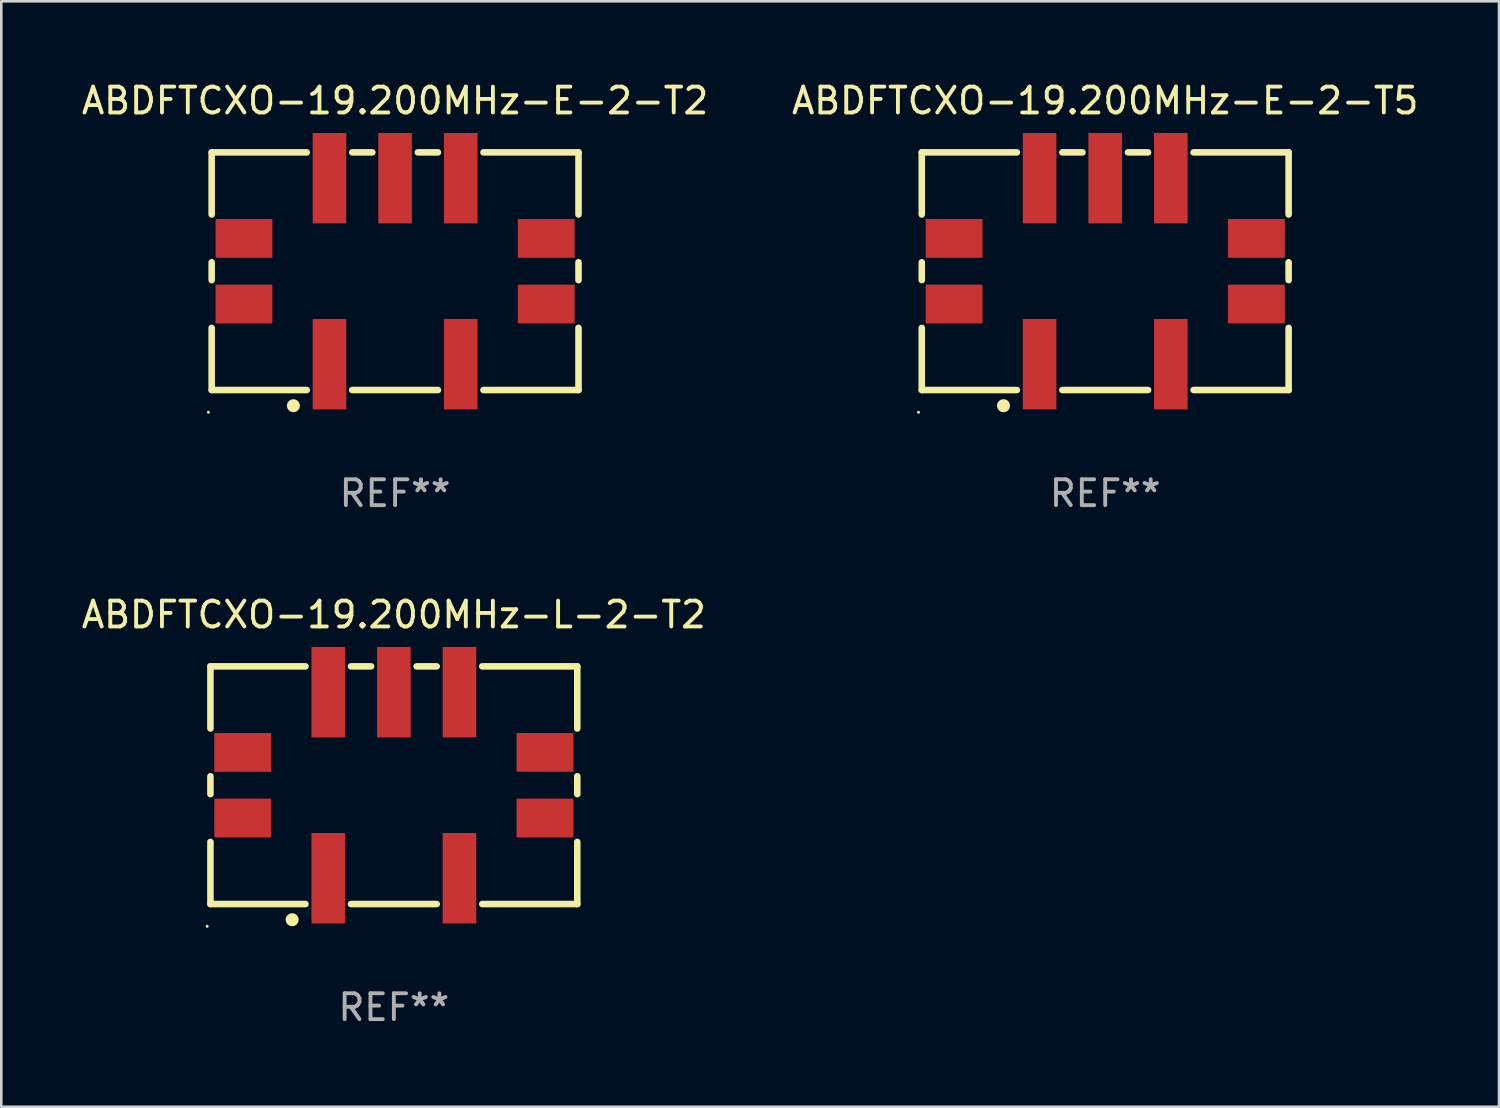
<source format=kicad_pcb>
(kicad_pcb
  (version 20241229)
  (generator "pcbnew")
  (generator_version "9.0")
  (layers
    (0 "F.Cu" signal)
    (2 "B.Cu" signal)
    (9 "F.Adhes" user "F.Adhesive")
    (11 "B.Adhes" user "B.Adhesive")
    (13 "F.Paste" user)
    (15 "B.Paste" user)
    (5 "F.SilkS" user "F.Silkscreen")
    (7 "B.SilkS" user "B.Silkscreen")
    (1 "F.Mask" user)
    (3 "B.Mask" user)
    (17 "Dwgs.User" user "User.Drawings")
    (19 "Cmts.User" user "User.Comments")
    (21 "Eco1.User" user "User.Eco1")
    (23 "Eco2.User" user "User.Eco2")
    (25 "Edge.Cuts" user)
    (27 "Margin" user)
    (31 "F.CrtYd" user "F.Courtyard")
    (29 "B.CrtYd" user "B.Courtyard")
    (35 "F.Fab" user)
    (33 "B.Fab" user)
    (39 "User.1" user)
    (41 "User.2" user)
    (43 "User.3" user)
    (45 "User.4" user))
  (footprint "ABDFTCXO-19.200MHz-E-2-T2"
    (layer "F.Cu")
    (at 12.244 7.448)
    (property "Reference" "ABDFTCXO-19.200MHz-E-2-T2" (at 0 -6.6 0) (layer "F.SilkS") (effects (font (size 1 1) (thickness 0.15))))
    (attr through_hole)
    (fp_line (start -7.1 -4.6) (end -7.1 -2.195) (stroke (width 0.254) (type solid)) (layer "F.SilkS"))
    (fp_line (start -7.1 -4.6) (end -3.421 -4.6) (stroke (width 0.254) (type solid)) (layer "F.SilkS"))
    (fp_line (start -7.1 -0.345) (end -7.1 0.345) (stroke (width 0.254) (type solid)) (layer "F.SilkS"))
    (fp_line (start -7.1 2.195) (end -7.1 4.6) (stroke (width 0.254) (type solid)) (layer "F.SilkS"))
    (fp_line (start -7.1 4.6) (end -3.421 4.6) (stroke (width 0.254) (type solid)) (layer "F.SilkS"))
    (fp_line (start -1.659 -4.6) (end -0.881 -4.6) (stroke (width 0.254) (type solid)) (layer "F.SilkS"))
    (fp_line (start -1.659 4.6) (end 1.659 4.6) (stroke (width 0.254) (type solid)) (layer "F.SilkS"))
    (fp_line (start 0.881 -4.6) (end 1.659 -4.6) (stroke (width 0.254) (type solid)) (layer "F.SilkS"))
    (fp_line (start 3.421 -4.6) (end 7.1 -4.6) (stroke (width 0.254) (type solid)) (layer "F.SilkS"))
    (fp_line (start 3.421 4.6) (end 7.1 4.6) (stroke (width 0.254) (type solid)) (layer "F.SilkS"))
    (fp_line (start 7.1 -4.6) (end 7.1 -2.195) (stroke (width 0.254) (type solid)) (layer "F.SilkS"))
    (fp_line (start 7.1 -0.345) (end 7.1 0.345) (stroke (width 0.254) (type solid)) (layer "F.SilkS"))
    (fp_line (start 7.1 2.195) (end 7.1 4.6) (stroke (width 0.254) (type solid)) (layer "F.SilkS"))
    (fp_circle (center -7.227 5.461) (end -7.197 5.461) (stroke (width 0.06) (type solid)) (fill no) (layer "F.SilkS"))
    (fp_circle (center -3.937 5.207) (end -3.81 5.207) (stroke (width 0.254) (type solid)) (fill no) (layer "F.SilkS"))
    (fp_text user "REF**" (at 0 8.6 0) (layer "F.Fab") (effects (font (size 1 1) (thickness 0.15))))
    (pad "1" smd rect (at -2.54 3.6) (size 1.3 3.5) (layers "F.Cu" "F.Mask" "F.Paste"))
    (pad "2" smd rect (at 2.54 3.6) (size 1.3 3.5) (layers "F.Cu" "F.Mask" "F.Paste"))
    (pad "3" smd rect (at 2.54 -3.6) (size 1.3 3.5) (layers "F.Cu" "F.Mask" "F.Paste"))
    (pad "4" smd rect (at 0 -3.6) (size 1.3 3.5) (layers "F.Cu" "F.Mask" "F.Paste"))
    (pad "5" smd rect (at -2.54 -3.6) (size 1.3 3.5) (layers "F.Cu" "F.Mask" "F.Paste"))
    (pad "6" smd rect (at 5.85 1.27 90) (size 1.5 2.2) (layers "F.Cu" "F.Mask" "F.Paste"))
    (pad "7" smd rect (at 5.85 -1.27 90) (size 1.5 2.2) (layers "F.Cu" "F.Mask" "F.Paste"))
    (pad "8" smd rect (at -5.85 -1.27 90) (size 1.5 2.2) (layers "F.Cu" "F.Mask" "F.Paste"))
    (pad "9" smd rect (at -5.85 1.27 90) (size 1.5 2.2) (layers "F.Cu" "F.Mask" "F.Paste")))
  (footprint "ABDFTCXO-19.200MHz-E-2-T5"
    (layer "F.Cu")
    (at 39.732 7.448)
    (property "Reference" "ABDFTCXO-19.200MHz-E-2-T5" (at 0 -6.6 0) (layer "F.SilkS") (effects (font (size 1 1) (thickness 0.15))))
    (attr through_hole)
    (fp_line (start -7.1 -4.6) (end -7.1 -2.195) (stroke (width 0.254) (type solid)) (layer "F.SilkS"))
    (fp_line (start -7.1 -4.6) (end -3.421 -4.6) (stroke (width 0.254) (type solid)) (layer "F.SilkS"))
    (fp_line (start -7.1 -0.345) (end -7.1 0.345) (stroke (width 0.254) (type solid)) (layer "F.SilkS"))
    (fp_line (start -7.1 2.195) (end -7.1 4.6) (stroke (width 0.254) (type solid)) (layer "F.SilkS"))
    (fp_line (start -7.1 4.6) (end -3.421 4.6) (stroke (width 0.254) (type solid)) (layer "F.SilkS"))
    (fp_line (start -1.659 -4.6) (end -0.881 -4.6) (stroke (width 0.254) (type solid)) (layer "F.SilkS"))
    (fp_line (start -1.659 4.6) (end 1.659 4.6) (stroke (width 0.254) (type solid)) (layer "F.SilkS"))
    (fp_line (start 0.881 -4.6) (end 1.659 -4.6) (stroke (width 0.254) (type solid)) (layer "F.SilkS"))
    (fp_line (start 3.421 -4.6) (end 7.1 -4.6) (stroke (width 0.254) (type solid)) (layer "F.SilkS"))
    (fp_line (start 3.421 4.6) (end 7.1 4.6) (stroke (width 0.254) (type solid)) (layer "F.SilkS"))
    (fp_line (start 7.1 -4.6) (end 7.1 -2.195) (stroke (width 0.254) (type solid)) (layer "F.SilkS"))
    (fp_line (start 7.1 -0.345) (end 7.1 0.345) (stroke (width 0.254) (type solid)) (layer "F.SilkS"))
    (fp_line (start 7.1 2.195) (end 7.1 4.6) (stroke (width 0.254) (type solid)) (layer "F.SilkS"))
    (fp_circle (center -7.227 5.461) (end -7.197 5.461) (stroke (width 0.06) (type solid)) (fill no) (layer "F.SilkS"))
    (fp_circle (center -3.937 5.207) (end -3.81 5.207) (stroke (width 0.254) (type solid)) (fill no) (layer "F.SilkS"))
    (fp_text user "REF**" (at 0 8.6 0) (layer "F.Fab") (effects (font (size 1 1) (thickness 0.15))))
    (pad "1" smd rect (at -2.54 3.6) (size 1.3 3.5) (layers "F.Cu" "F.Mask" "F.Paste"))
    (pad "2" smd rect (at 2.54 3.6) (size 1.3 3.5) (layers "F.Cu" "F.Mask" "F.Paste"))
    (pad "3" smd rect (at 2.54 -3.6) (size 1.3 3.5) (layers "F.Cu" "F.Mask" "F.Paste"))
    (pad "4" smd rect (at 0 -3.6) (size 1.3 3.5) (layers "F.Cu" "F.Mask" "F.Paste"))
    (pad "5" smd rect (at -2.54 -3.6) (size 1.3 3.5) (layers "F.Cu" "F.Mask" "F.Paste"))
    (pad "6" smd rect (at 5.85 1.27 90) (size 1.5 2.2) (layers "F.Cu" "F.Mask" "F.Paste"))
    (pad "7" smd rect (at 5.85 -1.27 90) (size 1.5 2.2) (layers "F.Cu" "F.Mask" "F.Paste"))
    (pad "8" smd rect (at -5.85 -1.27 90) (size 1.5 2.2) (layers "F.Cu" "F.Mask" "F.Paste"))
    (pad "9" smd rect (at -5.85 1.27 90) (size 1.5 2.2) (layers "F.Cu" "F.Mask" "F.Paste")))
  (footprint "ABDFTCXO-19.200MHz-L-2-T2"
    (layer "F.Cu")
    (at 12.196 27.345)
    (property "Reference" "ABDFTCXO-19.200MHz-L-2-T2" (at 0 -6.6 0) (layer "F.SilkS") (effects (font (size 1 1) (thickness 0.15))))
    (attr through_hole)
    (fp_line (start -7.1 -4.6) (end -7.1 -2.195) (stroke (width 0.254) (type solid)) (layer "F.SilkS"))
    (fp_line (start -7.1 -4.6) (end -3.421 -4.6) (stroke (width 0.254) (type solid)) (layer "F.SilkS"))
    (fp_line (start -7.1 -0.345) (end -7.1 0.345) (stroke (width 0.254) (type solid)) (layer "F.SilkS"))
    (fp_line (start -7.1 2.195) (end -7.1 4.6) (stroke (width 0.254) (type solid)) (layer "F.SilkS"))
    (fp_line (start -7.1 4.6) (end -3.421 4.6) (stroke (width 0.254) (type solid)) (layer "F.SilkS"))
    (fp_line (start -1.659 -4.6) (end -0.881 -4.6) (stroke (width 0.254) (type solid)) (layer "F.SilkS"))
    (fp_line (start -1.659 4.6) (end 1.659 4.6) (stroke (width 0.254) (type solid)) (layer "F.SilkS"))
    (fp_line (start 0.881 -4.6) (end 1.659 -4.6) (stroke (width 0.254) (type solid)) (layer "F.SilkS"))
    (fp_line (start 3.421 -4.6) (end 7.1 -4.6) (stroke (width 0.254) (type solid)) (layer "F.SilkS"))
    (fp_line (start 3.421 4.6) (end 7.1 4.6) (stroke (width 0.254) (type solid)) (layer "F.SilkS"))
    (fp_line (start 7.1 -4.6) (end 7.1 -2.195) (stroke (width 0.254) (type solid)) (layer "F.SilkS"))
    (fp_line (start 7.1 -0.345) (end 7.1 0.345) (stroke (width 0.254) (type solid)) (layer "F.SilkS"))
    (fp_line (start 7.1 2.195) (end 7.1 4.6) (stroke (width 0.254) (type solid)) (layer "F.SilkS"))
    (fp_circle (center -7.227 5.461) (end -7.197 5.461) (stroke (width 0.06) (type solid)) (fill no) (layer "F.SilkS"))
    (fp_circle (center -3.937 5.207) (end -3.81 5.207) (stroke (width 0.254) (type solid)) (fill no) (layer "F.SilkS"))
    (fp_text user "REF**" (at 0 8.6 0) (layer "F.Fab") (effects (font (size 1 1) (thickness 0.15))))
    (pad "1" smd rect (at -2.54 3.6) (size 1.3 3.5) (layers "F.Cu" "F.Mask" "F.Paste"))
    (pad "2" smd rect (at 2.54 3.6) (size 1.3 3.5) (layers "F.Cu" "F.Mask" "F.Paste"))
    (pad "3" smd rect (at 2.54 -3.6) (size 1.3 3.5) (layers "F.Cu" "F.Mask" "F.Paste"))
    (pad "4" smd rect (at 0 -3.6) (size 1.3 3.5) (layers "F.Cu" "F.Mask" "F.Paste"))
    (pad "5" smd rect (at -2.54 -3.6) (size 1.3 3.5) (layers "F.Cu" "F.Mask" "F.Paste"))
    (pad "6" smd rect (at 5.85 1.27 90) (size 1.5 2.2) (layers "F.Cu" "F.Mask" "F.Paste"))
    (pad "7" smd rect (at 5.85 -1.27 90) (size 1.5 2.2) (layers "F.Cu" "F.Mask" "F.Paste"))
    (pad "8" smd rect (at -5.85 -1.27 90) (size 1.5 2.2) (layers "F.Cu" "F.Mask" "F.Paste"))
    (pad "9" smd rect (at -5.85 1.27 90) (size 1.5 2.2) (layers "F.Cu" "F.Mask" "F.Paste")))
  (gr_rect
    (start -3 -3)
    (end 54.976 39.793)
    (stroke (width 0.1) (type default))
    (fill no)
    (layer "Edge.Cuts")))
</source>
